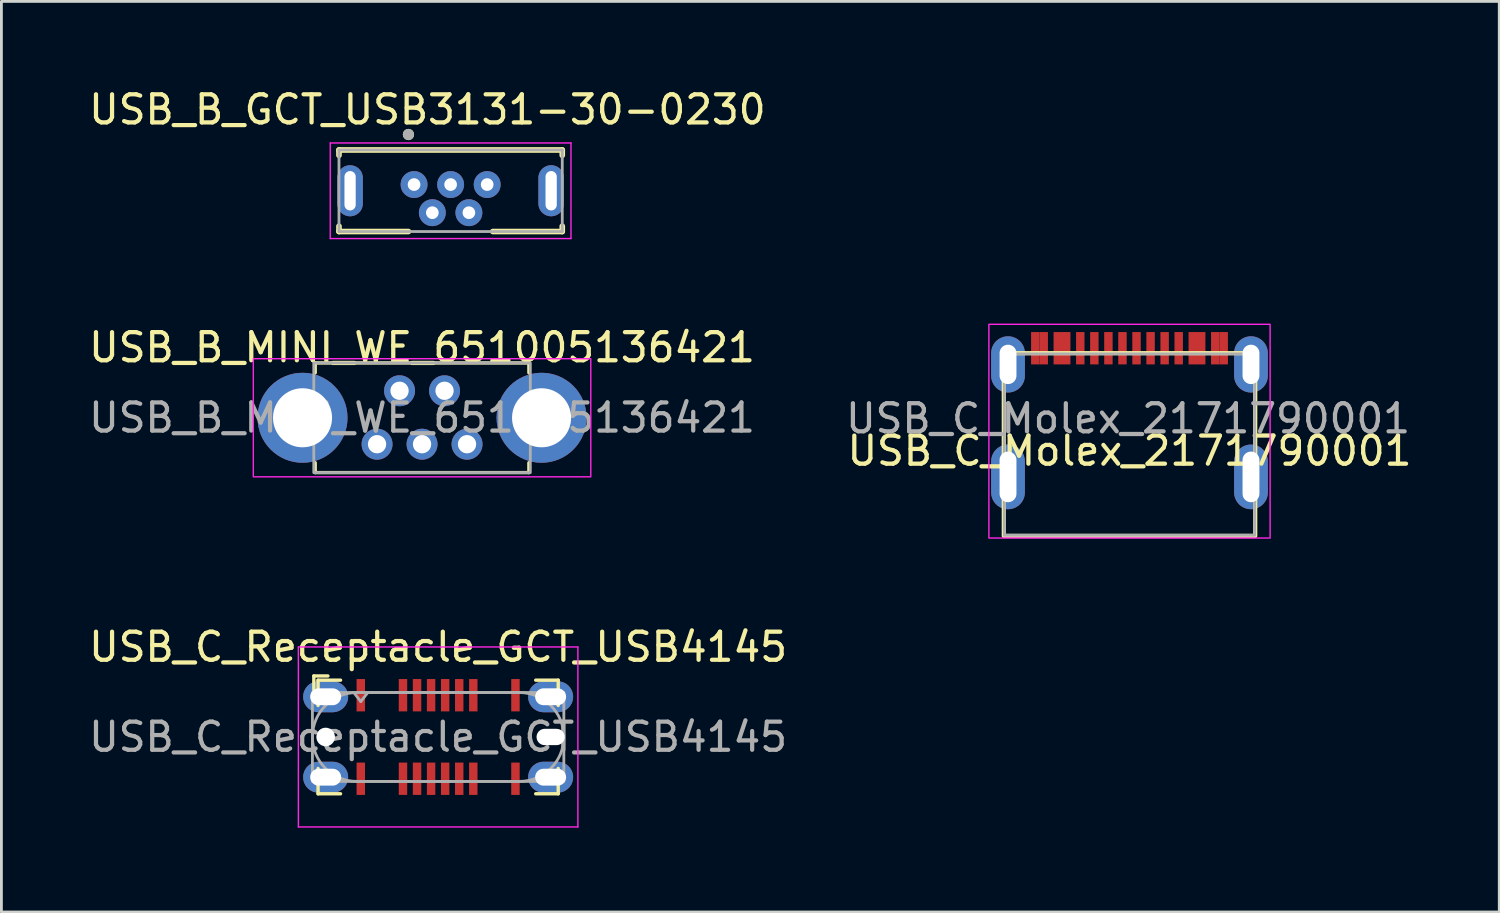
<source format=kicad_pcb>
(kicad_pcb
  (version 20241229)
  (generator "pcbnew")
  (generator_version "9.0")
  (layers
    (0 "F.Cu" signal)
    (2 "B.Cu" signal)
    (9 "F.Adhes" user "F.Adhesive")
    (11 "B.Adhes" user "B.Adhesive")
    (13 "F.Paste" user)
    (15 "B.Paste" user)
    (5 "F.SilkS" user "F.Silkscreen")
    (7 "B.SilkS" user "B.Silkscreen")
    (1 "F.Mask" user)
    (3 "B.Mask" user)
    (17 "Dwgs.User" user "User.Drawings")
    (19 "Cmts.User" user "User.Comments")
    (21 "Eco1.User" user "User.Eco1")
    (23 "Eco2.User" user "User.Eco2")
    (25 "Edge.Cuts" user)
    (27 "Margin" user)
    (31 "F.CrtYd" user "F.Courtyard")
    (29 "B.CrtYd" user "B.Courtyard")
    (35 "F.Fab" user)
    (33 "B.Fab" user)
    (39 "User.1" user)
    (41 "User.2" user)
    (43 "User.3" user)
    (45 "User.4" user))
  (footprint "USB_B_GCT_USB3131-30-0230"
    (layer "F.Cu")
    (at 12.974 3.733)
    (property "Reference" "USB_B_GCT_USB3131-30-0230" (at -0.825 -2.885 0) (layer "F.SilkS") (effects (font (size 1 1) (thickness 0.15))))
    (attr through_hole)
    (fp_line (start -3.97 -1.45) (end 3.97 -1.45) (stroke (width 0.2) (type solid)) (layer "F.SilkS"))
    (fp_line (start -3.97 -1.26) (end -3.97 -1.45) (stroke (width 0.2) (type solid)) (layer "F.SilkS"))
    (fp_line (start -3.97 1.45) (end -3.97 1.26) (stroke (width 0.2) (type solid)) (layer "F.SilkS"))
    (fp_line (start -3.97 1.45) (end -1.5 1.45) (stroke (width 0.2) (type solid)) (layer "F.SilkS"))
    (fp_line (start 1.5 1.45) (end 3.97 1.45) (stroke (width 0.2) (type solid)) (layer "F.SilkS"))
    (fp_line (start 3.97 -1.26) (end 3.97 -1.45) (stroke (width 0.2) (type solid)) (layer "F.SilkS"))
    (fp_line (start 3.97 1.45) (end 3.97 1.26) (stroke (width 0.2) (type solid)) (layer "F.SilkS"))
    (fp_circle (center -1.5 -2) (end -1.4 -2) (stroke (width 0.2) (type solid)) (fill no) (layer "F.SilkS"))
    (fp_line (start -4.28 -1.7) (end 4.28 -1.7) (stroke (width 0.05) (type solid)) (layer "F.CrtYd"))
    (fp_line (start -4.28 1.7) (end -4.28 -1.7) (stroke (width 0.05) (type solid)) (layer "F.CrtYd"))
    (fp_line (start -4.28 1.7) (end 4.28 1.7) (stroke (width 0.05) (type solid)) (layer "F.CrtYd"))
    (fp_line (start 4.28 1.7) (end 4.28 -1.7) (stroke (width 0.05) (type solid)) (layer "F.CrtYd"))
    (fp_line (start -3.97 -1.45) (end 3.97 -1.45) (stroke (width 0.1) (type solid)) (layer "F.Fab"))
    (fp_line (start -3.97 1.45) (end -3.97 -1.45) (stroke (width 0.1) (type solid)) (layer "F.Fab"))
    (fp_line (start -3.97 1.45) (end 3.97 1.45) (stroke (width 0.1) (type solid)) (layer "F.Fab"))
    (fp_line (start 3.97 1.45) (end 3.97 -1.45) (stroke (width 0.1) (type solid)) (layer "F.Fab"))
    (fp_circle (center -1.5 -2) (end -1.4 -2) (stroke (width 0.2) (type solid)) (fill no) (layer "F.Fab"))
    (pad "1" thru_hole circle (at -1.3 -0.22) (size 0.958 0.958) (drill 0.45) (layers "*.Cu" "*.Mask"))
    (pad "2" thru_hole circle (at -0.65 0.78) (size 0.958 0.958) (drill 0.45) (layers "*.Cu" "*.Mask"))
    (pad "3" thru_hole circle (at 0 -0.22) (size 0.958 0.958) (drill 0.45) (layers "*.Cu" "*.Mask"))
    (pad "4" thru_hole circle (at 0.65 0.78) (size 0.958 0.958) (drill 0.45) (layers "*.Cu" "*.Mask"))
    (pad "5" thru_hole circle (at 1.3 -0.22) (size 0.958 0.958) (drill 0.45) (layers "*.Cu" "*.Mask"))
    (pad "S1" thru_hole oval (at -3.575 0) (size 0.908 1.816) (drill oval 0.4 1.4) (layers "*.Cu" "*.Mask"))
    (pad "S2" thru_hole oval (at 3.575 0) (size 0.908 1.816) (drill oval 0.4 1.4) (layers "*.Cu" "*.Mask")))
  (footprint "USB_C_Receptacle_GCT_USB4145"
    (layer "F.Cu")
    (at 12.53 23.157)
    (property "Reference" "USB_C_Receptacle_GCT_USB4145" (at 0 -3.2 0) (layer "F.SilkS") (effects (font (size 1 1) (thickness 0.15))))
    (attr smd)
    (fp_line (start -4.42 -2.17) (end -4.42 -1.67) (stroke (width 0.12) (type solid)) (layer "F.SilkS"))
    (fp_line (start -4.42 -2.17) (end -3.92 -2.17) (stroke (width 0.12) (type solid)) (layer "F.SilkS"))
    (fp_line (start -4.27 -2.02) (end -4.27 -1.12) (stroke (width 0.12) (type solid)) (layer "F.SilkS"))
    (fp_line (start -4.27 -2.02) (end -3.47 -2.02) (stroke (width 0.12) (type solid)) (layer "F.SilkS"))
    (fp_line (start -4.27 2.02) (end -4.27 1.12) (stroke (width 0.12) (type solid)) (layer "F.SilkS"))
    (fp_line (start -4.27 2.02) (end -3.47 2.02) (stroke (width 0.12) (type solid)) (layer "F.SilkS"))
    (fp_line (start 4.27 -2.02) (end 3.47 -2.02) (stroke (width 0.12) (type solid)) (layer "F.SilkS"))
    (fp_line (start 4.27 -2.02) (end 4.27 -1.12) (stroke (width 0.12) (type solid)) (layer "F.SilkS"))
    (fp_line (start 4.27 2.02) (end 3.47 2.02) (stroke (width 0.12) (type solid)) (layer "F.SilkS"))
    (fp_line (start 4.27 2.02) (end 4.27 1.12) (stroke (width 0.12) (type solid)) (layer "F.SilkS"))
    (fp_line (start -4.97 -3.2) (end -4.97 3.2) (stroke (width 0.05) (type solid)) (layer "F.CrtYd"))
    (fp_line (start -4.97 3.2) (end 4.97 3.2) (stroke (width 0.05) (type solid)) (layer "F.CrtYd"))
    (fp_line (start 4.97 -3.2) (end -4.97 -3.2) (stroke (width 0.05) (type solid)) (layer "F.CrtYd"))
    (fp_line (start 4.97 3.2) (end 4.97 -3.2) (stroke (width 0.05) (type solid)) (layer "F.CrtYd"))
    (fp_line (start -2.89 1.58) (end 2.89 1.58) (stroke (width 0.1) (type solid)) (layer "F.Fab"))
    (fp_line (start -2.75 -1.26) (end -3 -1.58) (stroke (width 0.1) (type solid)) (layer "F.Fab"))
    (fp_line (start -2.5 -1.58) (end -2.75 -1.26) (stroke (width 0.1) (type solid)) (layer "F.Fab"))
    (fp_line (start 2.89 -1.58) (end -2.89 -1.58) (stroke (width 0.1) (type solid)) (layer "F.Fab"))
    (fp_rect (start -4.47 1.58) (end 4.47 -1.58) (stroke (width 0.1) (type solid)) (fill no) (layer "F.Fab"))
    (fp_arc (start -2.89 1.58) (mid -4.47 0) (end -2.89 -1.58) (stroke (width 0.1) (type solid)) (layer "F.Fab"))
    (fp_arc (start 2.89 -1.58) (mid 4.47 0) (end 2.89 1.58) (stroke (width 0.1) (type solid)) (layer "F.Fab"))
    (fp_text user "${REFERENCE}" (at 0 0 0) (unlocked yes) (layer "F.Fab") (effects (font (size 1 1) (thickness 0.15))))
    (pad "" np_thru_hole circle (at -4 0) (size 0.66 0.66) (drill 0.66) (layers "*.Cu" "*.Mask"))
    (pad "" np_thru_hole oval (at 4 0) (size 1 0.58) (drill oval 1 0.58) (layers "*.Cu" "*.Mask"))
    (pad "A1" smd rect (at -2.75 -1.485) (size 0.3 1.15) (layers "F.Cu" "F.Mask" "F.Paste"))
    (pad "A4" smd rect (at -1.25 -1.485) (size 0.3 1.15) (layers "F.Cu" "F.Mask" "F.Paste"))
    (pad "A5" smd rect (at -0.75 -1.485) (size 0.3 1.15) (layers "F.Cu" "F.Mask" "F.Paste"))
    (pad "A6" smd rect (at -0.25 -1.485) (size 0.3 1.15) (layers "F.Cu" "F.Mask" "F.Paste"))
    (pad "A7" smd rect (at 0.25 -1.485) (size 0.3 1.15) (layers "F.Cu" "F.Mask" "F.Paste"))
    (pad "A8" smd rect (at 0.75 -1.485) (size 0.3 1.15) (layers "F.Cu" "F.Mask" "F.Paste"))
    (pad "A9" smd rect (at 1.25 -1.485) (size 0.3 1.15) (layers "F.Cu" "F.Mask" "F.Paste"))
    (pad "A12" smd rect (at 2.75 -1.485) (size 0.3 1.15) (layers "F.Cu" "F.Mask" "F.Paste"))
    (pad "B1" smd rect (at 2.75 1.485) (size 0.3 1.15) (layers "F.Cu" "F.Mask" "F.Paste"))
    (pad "B4" smd rect (at 1.25 1.485) (size 0.3 1.15) (layers "F.Cu" "F.Mask" "F.Paste"))
    (pad "B5" smd rect (at 0.75 1.485) (size 0.3 1.15) (layers "F.Cu" "F.Mask" "F.Paste"))
    (pad "B6" smd rect (at 0.25 1.485) (size 0.3 1.15) (layers "F.Cu" "F.Mask" "F.Paste"))
    (pad "B7" smd rect (at -0.25 1.485) (size 0.3 1.15) (layers "F.Cu" "F.Mask" "F.Paste"))
    (pad "B8" smd rect (at -0.75 1.485) (size 0.3 1.15) (layers "F.Cu" "F.Mask" "F.Paste"))
    (pad "B9" smd rect (at -1.25 1.485) (size 0.3 1.15) (layers "F.Cu" "F.Mask" "F.Paste"))
    (pad "B12" smd rect (at -2.75 1.485) (size 0.3 1.15) (layers "F.Cu" "F.Mask" "F.Paste"))
    (pad "S1" thru_hole oval (at -4 -1.43) (size 1.6 1.1) (drill oval 1.1 0.6) (layers "*.Cu" "*.Mask" "F.Paste"))
    (pad "S1" thru_hole oval (at -4 1.43) (size 1.6 1.1) (drill oval 1.1 0.6) (layers "*.Cu" "*.Mask" "F.Paste"))
    (pad "S1" thru_hole oval (at 4 -1.43) (size 1.6 1.1) (drill oval 1.1 0.6) (layers "*.Cu" "*.Mask" "F.Paste"))
    (pad "S1" thru_hole oval (at 4 1.43) (size 1.6 1.1) (drill oval 1.1 0.6) (layers "*.Cu" "*.Mask" "F.Paste")))
  (footprint "USB_B_MINI_WE_651005136421"
    (layer "F.Cu")
    (at 11.958 11.806)
    (property "Reference" "USB_B_MINI_WE_651005136421" (at 0 -2.5 0) (unlocked yes) (layer "F.SilkS") (effects (font (size 1 1) (thickness 0.15))))
    (attr through_hole)
    (fp_line (start -3.8 -1.95) (end -3.8 -1.6) (stroke (width 0.12) (type default)) (layer "F.SilkS"))
    (fp_line (start -3.8 -1.95) (end 3.8 -1.95) (stroke (width 0.12) (type default)) (layer "F.SilkS"))
    (fp_line (start -3.8 1.95) (end -3.8 1.6) (stroke (width 0.12) (type default)) (layer "F.SilkS"))
    (fp_line (start -3.8 1.95) (end 3.8 1.95) (stroke (width 0.12) (type default)) (layer "F.SilkS"))
    (fp_line (start 3.8 -1.95) (end 3.8 -1.6) (stroke (width 0.12) (type default)) (layer "F.SilkS"))
    (fp_line (start 3.8 1.95) (end 3.8 1.6) (stroke (width 0.12) (type default)) (layer "F.SilkS"))
    (fp_rect (start -6 -2.1) (end 6 2.1) (stroke (width 0.05) (type default)) (fill no) (layer "F.CrtYd"))
    (fp_rect (start -3.85 -1.95) (end 3.85 1.95) (stroke (width 0.1) (type default)) (fill no) (layer "F.Fab"))
    (fp_text user "${REFERENCE}" (at 0 0 0) (unlocked yes) (layer "F.Fab") (effects (font (size 1 1) (thickness 0.15))))
    (pad "1" thru_hole circle (at -1.6 0.94) (size 1.1 1.1) (drill 0.65) (layers "*.Cu" "*.Mask"))
    (pad "2" thru_hole circle (at -0.8 -0.96) (size 1.1 1.1) (drill 0.65) (layers "*.Cu" "*.Mask"))
    (pad "3" thru_hole circle (at 0 0.94) (size 1.1 1.1) (drill 0.65) (layers "*.Cu" "*.Mask"))
    (pad "4" thru_hole circle (at 0.8 -0.96) (size 1.1 1.1) (drill 0.65) (layers "*.Cu" "*.Mask"))
    (pad "5" thru_hole circle (at 1.6 0.94) (size 1.1 1.1) (drill 0.65) (layers "*.Cu" "*.Mask"))
    (pad "6" thru_hole circle (at -4.25 0) (size 3.2 3.2) (drill 2.1) (layers "*.Cu" "*.Mask"))
    (pad "6" thru_hole circle (at 4.25 0) (size 3.2 3.2) (drill 2.1) (layers "*.Cu" "*.Mask")))
  (footprint "USB_C_Molex_2171790001"
    (layer "F.Cu")
    (at 37.115 12.483)
    (property "Reference" "USB_C_Molex_2171790001" (at 0 0.5 0) (unlocked yes) (layer "F.SilkS") (effects (font (size 1 1) (thickness 0.15))))
    (attr smd)
    (fp_rect (start -4.47 3.525) (end 4.47 -2.975) (stroke (width 0.15) (type solid)) (fill no) (layer "F.SilkS"))
    (fp_rect (start -5 -4) (end 5 3.6) (stroke (width 0.05) (type solid)) (fill no) (layer "F.CrtYd"))
    (fp_rect (start -4.45 3.5) (end 4.45 -2.95) (stroke (width 0.1) (type solid)) (fill no) (layer "F.Fab"))
    (fp_text user "${REFERENCE}" (at -0.05 -0.65 0) (unlocked yes) (layer "F.Fab") (effects (font (size 1 1) (thickness 0.15))))
    (pad "A1" smd rect (at -3.35 -3.15 180) (size 0.3 1.15) (layers "F.Cu" "F.Mask" "F.Paste"))
    (pad "A4" smd rect (at -2.55 -3.15 180) (size 0.3 1.15) (layers "F.Cu" "F.Mask" "F.Paste"))
    (pad "A5" smd rect (at -1.25 -3.15 180) (size 0.3 1.15) (layers "F.Cu" "F.Mask" "F.Paste"))
    (pad "A6" smd rect (at -0.25 -3.15 180) (size 0.3 1.15) (layers "F.Cu" "F.Mask" "F.Paste"))
    (pad "A7" smd rect (at 0.25 -3.15 180) (size 0.3 1.15) (layers "F.Cu" "F.Mask" "F.Paste"))
    (pad "A8" smd rect (at 1.25 -3.15 180) (size 0.3 1.15) (layers "F.Cu" "F.Mask" "F.Paste"))
    (pad "A9" smd rect (at 2.55 -3.15 180) (size 0.3 1.15) (layers "F.Cu" "F.Mask" "F.Paste"))
    (pad "A12" smd rect (at 3.35 -3.15 180) (size 0.3 1.15) (layers "F.Cu" "F.Mask" "F.Paste"))
    (pad "B1" smd rect (at 3.05 -3.15 180) (size 0.3 1.15) (layers "F.Cu" "F.Mask" "F.Paste"))
    (pad "B4" smd rect (at 2.25 -3.15 180) (size 0.3 1.15) (layers "F.Cu" "F.Mask" "F.Paste"))
    (pad "B5" smd rect (at 1.75 -3.15 180) (size 0.3 1.15) (layers "F.Cu" "F.Mask" "F.Paste"))
    (pad "B6" smd rect (at 0.75 -3.15 180) (size 0.3 1.15) (layers "F.Cu" "F.Mask" "F.Paste"))
    (pad "B7" smd rect (at -0.75 -3.15 180) (size 0.3 1.15) (layers "F.Cu" "F.Mask" "F.Paste"))
    (pad "B8" smd rect (at -1.75 -3.15 180) (size 0.3 1.15) (layers "F.Cu" "F.Mask" "F.Paste"))
    (pad "B9" smd rect (at -2.25 -3.15 180) (size 0.3 1.15) (layers "F.Cu" "F.Mask" "F.Paste"))
    (pad "B12" smd rect (at -3.05 -3.15 180) (size 0.3 1.15) (layers "F.Cu" "F.Mask" "F.Paste"))
    (pad "S1" thru_hole oval (at -4.32 -2.575 180) (size 1.2 2) (drill oval 0.6 1.4) (layers "*.Cu" "*.Mask"))
    (pad "S1" thru_hole oval (at -4.32 1.425 180) (size 1.2 2.3) (drill oval 0.6 1.8) (layers "*.Cu" "*.Mask"))
    (pad "S1" thru_hole oval (at 4.32 -2.575 180) (size 1.2 2) (drill oval 0.6 1.4) (layers "*.Cu" "*.Mask"))
    (pad "S1" thru_hole oval (at 4.32 1.425 180) (size 1.2 2.3) (drill oval 0.6 1.8) (layers "*.Cu" "*.Mask")))
  (gr_rect
    (start -3 -3)
    (end 50.264 29.381)
    (stroke (width 0.1) (type default))
    (fill no)
    (layer "Edge.Cuts")))
</source>
